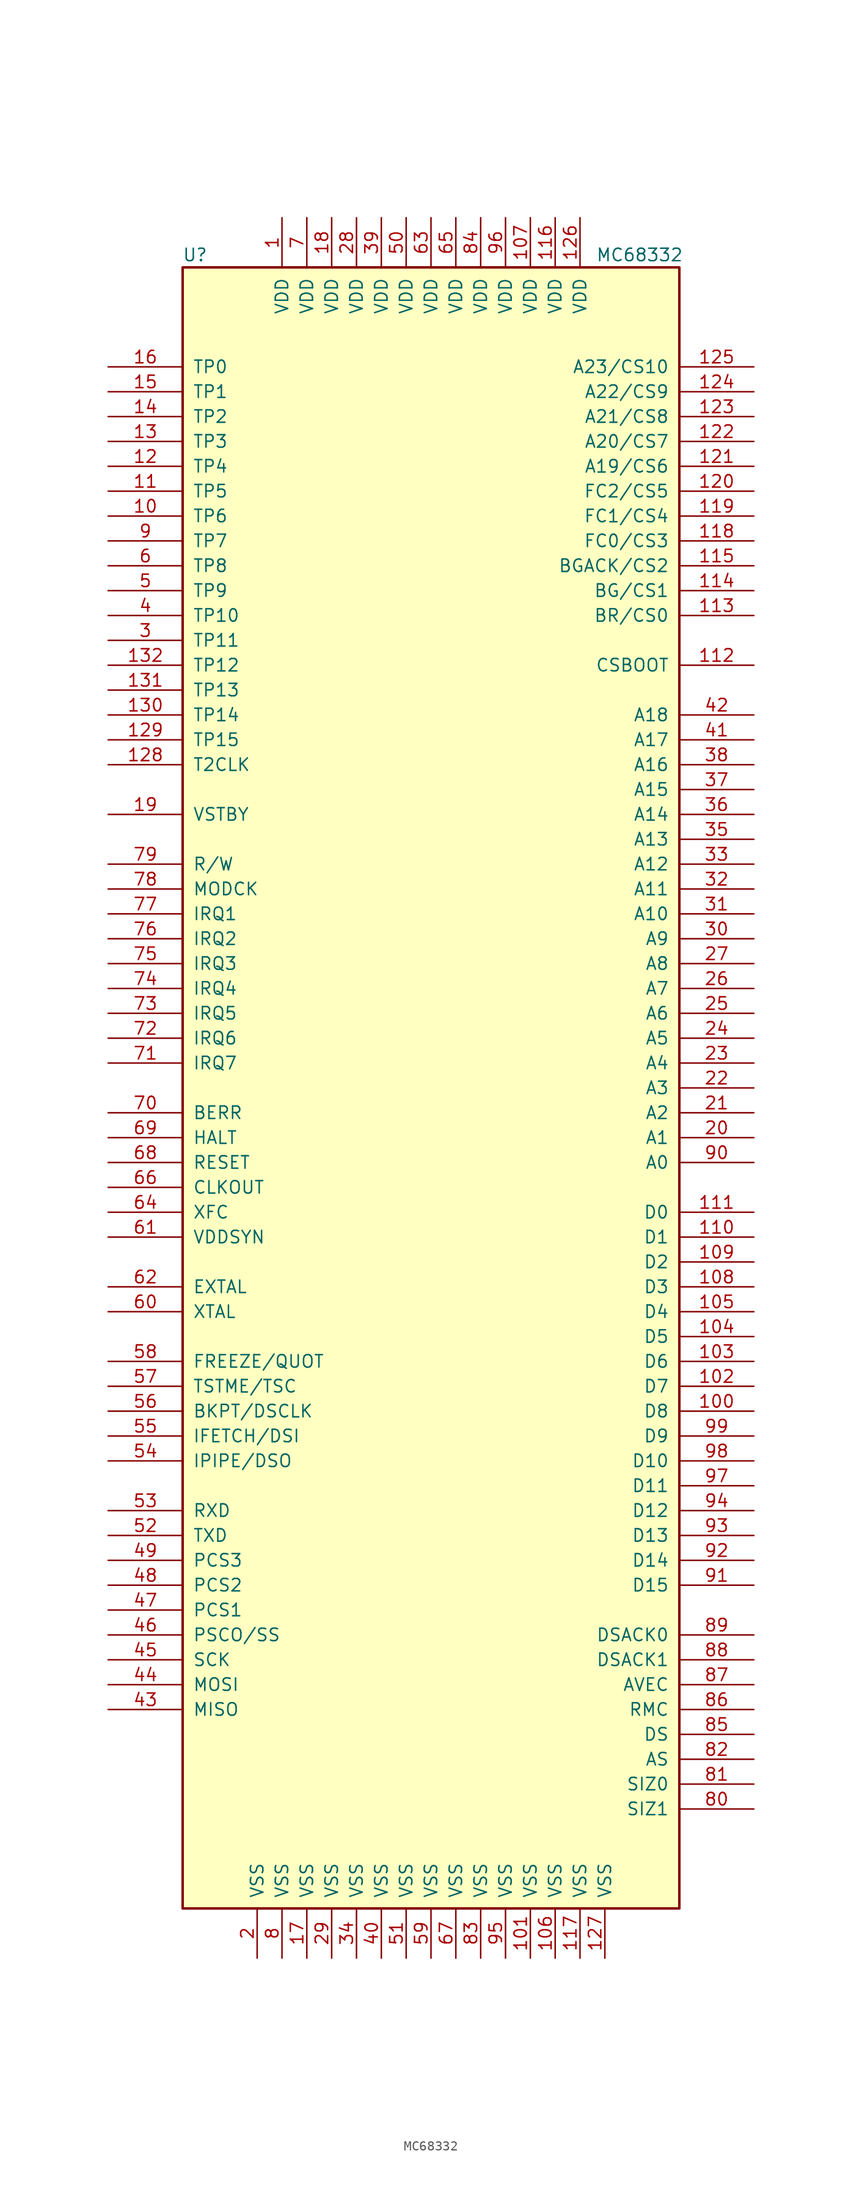
<source format=kicad_sym>
(kicad_symbol_lib
  (version 20201005)
  (generator kicad_symbol_editor)
  (symbol "CPU_NXP_68000:MC68332"
    (pin_names
      (offset 1.016))
    (property "Reference" "U"
      (at -24.13 85.09 0)
      (effects (font (size 1.27 1.27))))
    (property "Value" "MC68332"
      (at 21.336 85.09 0)
      (effects (font (size 1.27 1.27))))
    (symbol "MC68332_0_1"
      (rectangle (start -25.4 -83.82) (end 25.4 83.82) (stroke (width 0.254)) (fill (type background))))
    (symbol "MC68332_1_0"
      (pin power_in line (at -17.78 -88.9 90) (length 5.08) (name "VSS" (effects (font (size 1.27 1.27)))) (number "2" (effects (font (size 1.27 1.27))))))
    (symbol "MC68332_1_1"
      (pin power_in line (at -15.24 88.9 270) (length 5.08) (name "VDD" (effects (font (size 1.27 1.27)))) (number "1" (effects (font (size 1.27 1.27)))))
      (pin input line (at -33.02 58.42 0) (length 7.62) (name "TP6" (effects (font (size 1.27 1.27)))) (number "10" (effects (font (size 1.27 1.27)))))
      (pin input line (at 33.02 -33.02 180) (length 7.62) (name "D8" (effects (font (size 1.27 1.27)))) (number "100" (effects (font (size 1.27 1.27)))))
      (pin power_in line (at 10.16 -88.9 90) (length 5.08) (name "VSS" (effects (font (size 1.27 1.27)))) (number "101" (effects (font (size 1.27 1.27)))))
      (pin input line (at 33.02 -30.48 180) (length 7.62) (name "D7" (effects (font (size 1.27 1.27)))) (number "102" (effects (font (size 1.27 1.27)))))
      (pin input line (at 33.02 -27.94 180) (length 7.62) (name "D6" (effects (font (size 1.27 1.27)))) (number "103" (effects (font (size 1.27 1.27)))))
      (pin input line (at 33.02 -25.4 180) (length 7.62) (name "D5" (effects (font (size 1.27 1.27)))) (number "104" (effects (font (size 1.27 1.27)))))
      (pin input line (at 33.02 -22.86 180) (length 7.62) (name "D4" (effects (font (size 1.27 1.27)))) (number "105" (effects (font (size 1.27 1.27)))))
      (pin power_in line (at 12.7 -88.9 90) (length 5.08) (name "VSS" (effects (font (size 1.27 1.27)))) (number "106" (effects (font (size 1.27 1.27)))))
      (pin power_in line (at 10.16 88.9 270) (length 5.08) (name "VDD" (effects (font (size 1.27 1.27)))) (number "107" (effects (font (size 1.27 1.27)))))
      (pin input line (at 33.02 -20.32 180) (length 7.62) (name "D3" (effects (font (size 1.27 1.27)))) (number "108" (effects (font (size 1.27 1.27)))))
      (pin input line (at 33.02 -17.78 180) (length 7.62) (name "D2" (effects (font (size 1.27 1.27)))) (number "109" (effects (font (size 1.27 1.27)))))
      (pin input line (at -33.02 60.96 0) (length 7.62) (name "TP5" (effects (font (size 1.27 1.27)))) (number "11" (effects (font (size 1.27 1.27)))))
      (pin input line (at 33.02 -15.24 180) (length 7.62) (name "D1" (effects (font (size 1.27 1.27)))) (number "110" (effects (font (size 1.27 1.27)))))
      (pin input line (at 33.02 -12.7 180) (length 7.62) (name "D0" (effects (font (size 1.27 1.27)))) (number "111" (effects (font (size 1.27 1.27)))))
      (pin output line (at 33.02 43.18 180) (length 7.62) (name "CSBOOT" (effects (font (size 1.27 1.27)))) (number "112" (effects (font (size 1.27 1.27)))))
      (pin input line (at 33.02 48.26 180) (length 7.62) (name "BR/CS0" (effects (font (size 1.27 1.27)))) (number "113" (effects (font (size 1.27 1.27)))))
      (pin output line (at 33.02 50.8 180) (length 7.62) (name "BG/CS1" (effects (font (size 1.27 1.27)))) (number "114" (effects (font (size 1.27 1.27)))))
      (pin input line (at 33.02 53.34 180) (length 7.62) (name "BGACK/CS2" (effects (font (size 1.27 1.27)))) (number "115" (effects (font (size 1.27 1.27)))))
      (pin power_in line (at 12.7 88.9 270) (length 5.08) (name "VDD" (effects (font (size 1.27 1.27)))) (number "116" (effects (font (size 1.27 1.27)))))
      (pin power_in line (at 15.24 -88.9 90) (length 5.08) (name "VSS" (effects (font (size 1.27 1.27)))) (number "117" (effects (font (size 1.27 1.27)))))
      (pin output line (at 33.02 55.88 180) (length 7.62) (name "FC0/CS3" (effects (font (size 1.27 1.27)))) (number "118" (effects (font (size 1.27 1.27)))))
      (pin output line (at 33.02 58.42 180) (length 7.62) (name "FC1/CS4" (effects (font (size 1.27 1.27)))) (number "119" (effects (font (size 1.27 1.27)))))
      (pin input line (at -33.02 63.5 0) (length 7.62) (name "TP4" (effects (font (size 1.27 1.27)))) (number "12" (effects (font (size 1.27 1.27)))))
      (pin output line (at 33.02 60.96 180) (length 7.62) (name "FC2/CS5" (effects (font (size 1.27 1.27)))) (number "120" (effects (font (size 1.27 1.27)))))
      (pin output line (at 33.02 63.5 180) (length 7.62) (name "A19/CS6" (effects (font (size 1.27 1.27)))) (number "121" (effects (font (size 1.27 1.27)))))
      (pin output line (at 33.02 66.04 180) (length 7.62) (name "A20/CS7" (effects (font (size 1.27 1.27)))) (number "122" (effects (font (size 1.27 1.27)))))
      (pin output line (at 33.02 68.58 180) (length 7.62) (name "A21/CS8" (effects (font (size 1.27 1.27)))) (number "123" (effects (font (size 1.27 1.27)))))
      (pin output line (at 33.02 71.12 180) (length 7.62) (name "A22/CS9" (effects (font (size 1.27 1.27)))) (number "124" (effects (font (size 1.27 1.27)))))
      (pin output line (at 33.02 73.66 180) (length 7.62) (name "A23/CS10" (effects (font (size 1.27 1.27)))) (number "125" (effects (font (size 1.27 1.27)))))
      (pin power_in line (at 15.24 88.9 270) (length 5.08) (name "VDD" (effects (font (size 1.27 1.27)))) (number "126" (effects (font (size 1.27 1.27)))))
      (pin power_in line (at 17.78 -88.9 90) (length 5.08) (name "VSS" (effects (font (size 1.27 1.27)))) (number "127" (effects (font (size 1.27 1.27)))))
      (pin input line (at -33.02 33.02 0) (length 7.62) (name "T2CLK" (effects (font (size 1.27 1.27)))) (number "128" (effects (font (size 1.27 1.27)))))
      (pin input line (at -33.02 35.56 0) (length 7.62) (name "TP15" (effects (font (size 1.27 1.27)))) (number "129" (effects (font (size 1.27 1.27)))))
      (pin input line (at -33.02 66.04 0) (length 7.62) (name "TP3" (effects (font (size 1.27 1.27)))) (number "13" (effects (font (size 1.27 1.27)))))
      (pin input line (at -33.02 38.1 0) (length 7.62) (name "TP14" (effects (font (size 1.27 1.27)))) (number "130" (effects (font (size 1.27 1.27)))))
      (pin input line (at -33.02 40.64 0) (length 7.62) (name "TP13" (effects (font (size 1.27 1.27)))) (number "131" (effects (font (size 1.27 1.27)))))
      (pin input line (at -33.02 43.18 0) (length 7.62) (name "TP12" (effects (font (size 1.27 1.27)))) (number "132" (effects (font (size 1.27 1.27)))))
      (pin input line (at -33.02 68.58 0) (length 7.62) (name "TP2" (effects (font (size 1.27 1.27)))) (number "14" (effects (font (size 1.27 1.27)))))
      (pin input line (at -33.02 71.12 0) (length 7.62) (name "TP1" (effects (font (size 1.27 1.27)))) (number "15" (effects (font (size 1.27 1.27)))))
      (pin input line (at -33.02 73.66 0) (length 7.62) (name "TP0" (effects (font (size 1.27 1.27)))) (number "16" (effects (font (size 1.27 1.27)))))
      (pin power_in line (at -12.7 -88.9 90) (length 5.08) (name "VSS" (effects (font (size 1.27 1.27)))) (number "17" (effects (font (size 1.27 1.27)))))
      (pin power_in line (at -10.16 88.9 270) (length 5.08) (name "VDD" (effects (font (size 1.27 1.27)))) (number "18" (effects (font (size 1.27 1.27)))))
      (pin input line (at -33.02 27.94 0) (length 7.62) (name "VSTBY" (effects (font (size 1.27 1.27)))) (number "19" (effects (font (size 1.27 1.27)))))
      (pin output line (at 33.02 -5.08 180) (length 7.62) (name "A1" (effects (font (size 1.27 1.27)))) (number "20" (effects (font (size 1.27 1.27)))))
      (pin output line (at 33.02 -2.54 180) (length 7.62) (name "A2" (effects (font (size 1.27 1.27)))) (number "21" (effects (font (size 1.27 1.27)))))
      (pin output line (at 33.02 0 180) (length 7.62) (name "A3" (effects (font (size 1.27 1.27)))) (number "22" (effects (font (size 1.27 1.27)))))
      (pin output line (at 33.02 2.54 180) (length 7.62) (name "A4" (effects (font (size 1.27 1.27)))) (number "23" (effects (font (size 1.27 1.27)))))
      (pin output line (at 33.02 5.08 180) (length 7.62) (name "A5" (effects (font (size 1.27 1.27)))) (number "24" (effects (font (size 1.27 1.27)))))
      (pin output line (at 33.02 7.62 180) (length 7.62) (name "A6" (effects (font (size 1.27 1.27)))) (number "25" (effects (font (size 1.27 1.27)))))
      (pin output line (at 33.02 10.16 180) (length 7.62) (name "A7" (effects (font (size 1.27 1.27)))) (number "26" (effects (font (size 1.27 1.27)))))
      (pin output line (at 33.02 12.7 180) (length 7.62) (name "A8" (effects (font (size 1.27 1.27)))) (number "27" (effects (font (size 1.27 1.27)))))
      (pin power_in line (at -7.62 88.9 270) (length 5.08) (name "VDD" (effects (font (size 1.27 1.27)))) (number "28" (effects (font (size 1.27 1.27)))))
      (pin power_in line (at -10.16 -88.9 90) (length 5.08) (name "VSS" (effects (font (size 1.27 1.27)))) (number "29" (effects (font (size 1.27 1.27)))))
      (pin input line (at -33.02 45.72 0) (length 7.62) (name "TP11" (effects (font (size 1.27 1.27)))) (number "3" (effects (font (size 1.27 1.27)))))
      (pin output line (at 33.02 15.24 180) (length 7.62) (name "A9" (effects (font (size 1.27 1.27)))) (number "30" (effects (font (size 1.27 1.27)))))
      (pin output line (at 33.02 17.78 180) (length 7.62) (name "A10" (effects (font (size 1.27 1.27)))) (number "31" (effects (font (size 1.27 1.27)))))
      (pin output line (at 33.02 20.32 180) (length 7.62) (name "A11" (effects (font (size 1.27 1.27)))) (number "32" (effects (font (size 1.27 1.27)))))
      (pin output line (at 33.02 22.86 180) (length 7.62) (name "A12" (effects (font (size 1.27 1.27)))) (number "33" (effects (font (size 1.27 1.27)))))
      (pin power_in line (at -7.62 -88.9 90) (length 5.08) (name "VSS" (effects (font (size 1.27 1.27)))) (number "34" (effects (font (size 1.27 1.27)))))
      (pin output line (at 33.02 25.4 180) (length 7.62) (name "A13" (effects (font (size 1.27 1.27)))) (number "35" (effects (font (size 1.27 1.27)))))
      (pin output line (at 33.02 27.94 180) (length 7.62) (name "A14" (effects (font (size 1.27 1.27)))) (number "36" (effects (font (size 1.27 1.27)))))
      (pin output line (at 33.02 30.48 180) (length 7.62) (name "A15" (effects (font (size 1.27 1.27)))) (number "37" (effects (font (size 1.27 1.27)))))
      (pin output line (at 33.02 33.02 180) (length 7.62) (name "A16" (effects (font (size 1.27 1.27)))) (number "38" (effects (font (size 1.27 1.27)))))
      (pin power_in line (at -5.08 88.9 270) (length 5.08) (name "VDD" (effects (font (size 1.27 1.27)))) (number "39" (effects (font (size 1.27 1.27)))))
      (pin input line (at -33.02 48.26 0) (length 7.62) (name "TP10" (effects (font (size 1.27 1.27)))) (number "4" (effects (font (size 1.27 1.27)))))
      (pin power_in line (at -5.08 -88.9 90) (length 5.08) (name "VSS" (effects (font (size 1.27 1.27)))) (number "40" (effects (font (size 1.27 1.27)))))
      (pin output line (at 33.02 35.56 180) (length 7.62) (name "A17" (effects (font (size 1.27 1.27)))) (number "41" (effects (font (size 1.27 1.27)))))
      (pin output line (at 33.02 38.1 180) (length 7.62) (name "A18" (effects (font (size 1.27 1.27)))) (number "42" (effects (font (size 1.27 1.27)))))
      (pin input line (at -33.02 -63.5 0) (length 7.62) (name "MISO" (effects (font (size 1.27 1.27)))) (number "43" (effects (font (size 1.27 1.27)))))
      (pin input line (at -33.02 -60.96 0) (length 7.62) (name "MOSI" (effects (font (size 1.27 1.27)))) (number "44" (effects (font (size 1.27 1.27)))))
      (pin input line (at -33.02 -58.42 0) (length 7.62) (name "SCK" (effects (font (size 1.27 1.27)))) (number "45" (effects (font (size 1.27 1.27)))))
      (pin input line (at -33.02 -55.88 0) (length 7.62) (name "PSCO/SS" (effects (font (size 1.27 1.27)))) (number "46" (effects (font (size 1.27 1.27)))))
      (pin input line (at -33.02 -53.34 0) (length 7.62) (name "PCS1" (effects (font (size 1.27 1.27)))) (number "47" (effects (font (size 1.27 1.27)))))
      (pin input line (at -33.02 -50.8 0) (length 7.62) (name "PCS2" (effects (font (size 1.27 1.27)))) (number "48" (effects (font (size 1.27 1.27)))))
      (pin input line (at -33.02 -48.26 0) (length 7.62) (name "PCS3" (effects (font (size 1.27 1.27)))) (number "49" (effects (font (size 1.27 1.27)))))
      (pin input line (at -33.02 50.8 0) (length 7.62) (name "TP9" (effects (font (size 1.27 1.27)))) (number "5" (effects (font (size 1.27 1.27)))))
      (pin power_in line (at -2.54 88.9 270) (length 5.08) (name "VDD" (effects (font (size 1.27 1.27)))) (number "50" (effects (font (size 1.27 1.27)))))
      (pin power_in line (at -2.54 -88.9 90) (length 5.08) (name "VSS" (effects (font (size 1.27 1.27)))) (number "51" (effects (font (size 1.27 1.27)))))
      (pin input line (at -33.02 -45.72 0) (length 7.62) (name "TXD" (effects (font (size 1.27 1.27)))) (number "52" (effects (font (size 1.27 1.27)))))
      (pin input line (at -33.02 -43.18 0) (length 7.62) (name "RXD" (effects (font (size 1.27 1.27)))) (number "53" (effects (font (size 1.27 1.27)))))
      (pin output line (at -33.02 -38.1 0) (length 7.62) (name "IPIPE/DSO" (effects (font (size 1.27 1.27)))) (number "54" (effects (font (size 1.27 1.27)))))
      (pin input line (at -33.02 -35.56 0) (length 7.62) (name "IFETCH/DSI" (effects (font (size 1.27 1.27)))) (number "55" (effects (font (size 1.27 1.27)))))
      (pin input line (at -33.02 -33.02 0) (length 7.62) (name "BKPT/DSCLK" (effects (font (size 1.27 1.27)))) (number "56" (effects (font (size 1.27 1.27)))))
      (pin input line (at -33.02 -30.48 0) (length 7.62) (name "TSTME/TSC" (effects (font (size 1.27 1.27)))) (number "57" (effects (font (size 1.27 1.27)))))
      (pin output line (at -33.02 -27.94 0) (length 7.62) (name "FREEZE/QUOT" (effects (font (size 1.27 1.27)))) (number "58" (effects (font (size 1.27 1.27)))))
      (pin power_in line (at 0 -88.9 90) (length 5.08) (name "VSS" (effects (font (size 1.27 1.27)))) (number "59" (effects (font (size 1.27 1.27)))))
      (pin input line (at -33.02 53.34 0) (length 7.62) (name "TP8" (effects (font (size 1.27 1.27)))) (number "6" (effects (font (size 1.27 1.27)))))
      (pin output line (at -33.02 -22.86 0) (length 7.62) (name "XTAL" (effects (font (size 1.27 1.27)))) (number "60" (effects (font (size 1.27 1.27)))))
      (pin input line (at -33.02 -15.24 0) (length 7.62) (name "VDDSYN" (effects (font (size 1.27 1.27)))) (number "61" (effects (font (size 1.27 1.27)))))
      (pin input line (at -33.02 -20.32 0) (length 7.62) (name "EXTAL" (effects (font (size 1.27 1.27)))) (number "62" (effects (font (size 1.27 1.27)))))
      (pin power_in line (at 0 88.9 270) (length 5.08) (name "VDD" (effects (font (size 1.27 1.27)))) (number "63" (effects (font (size 1.27 1.27)))))
      (pin input line (at -33.02 -12.7 0) (length 7.62) (name "XFC" (effects (font (size 1.27 1.27)))) (number "64" (effects (font (size 1.27 1.27)))))
      (pin power_in line (at 2.54 88.9 270) (length 5.08) (name "VDD" (effects (font (size 1.27 1.27)))) (number "65" (effects (font (size 1.27 1.27)))))
      (pin output line (at -33.02 -10.16 0) (length 7.62) (name "CLKOUT" (effects (font (size 1.27 1.27)))) (number "66" (effects (font (size 1.27 1.27)))))
      (pin power_in line (at 2.54 -88.9 90) (length 5.08) (name "VSS" (effects (font (size 1.27 1.27)))) (number "67" (effects (font (size 1.27 1.27)))))
      (pin input line (at -33.02 -7.62 0) (length 7.62) (name "RESET" (effects (font (size 1.27 1.27)))) (number "68" (effects (font (size 1.27 1.27)))))
      (pin input line (at -33.02 -5.08 0) (length 7.62) (name "HALT" (effects (font (size 1.27 1.27)))) (number "69" (effects (font (size 1.27 1.27)))))
      (pin power_in line (at -12.7 88.9 270) (length 5.08) (name "VDD" (effects (font (size 1.27 1.27)))) (number "7" (effects (font (size 1.27 1.27)))))
      (pin input line (at -33.02 -2.54 0) (length 7.62) (name "BERR" (effects (font (size 1.27 1.27)))) (number "70" (effects (font (size 1.27 1.27)))))
      (pin input line (at -33.02 2.54 0) (length 7.62) (name "IRQ7" (effects (font (size 1.27 1.27)))) (number "71" (effects (font (size 1.27 1.27)))))
      (pin input line (at -33.02 5.08 0) (length 7.62) (name "IRQ6" (effects (font (size 1.27 1.27)))) (number "72" (effects (font (size 1.27 1.27)))))
      (pin input line (at -33.02 7.62 0) (length 7.62) (name "IRQ5" (effects (font (size 1.27 1.27)))) (number "73" (effects (font (size 1.27 1.27)))))
      (pin input line (at -33.02 10.16 0) (length 7.62) (name "IRQ4" (effects (font (size 1.27 1.27)))) (number "74" (effects (font (size 1.27 1.27)))))
      (pin input line (at -33.02 12.7 0) (length 7.62) (name "IRQ3" (effects (font (size 1.27 1.27)))) (number "75" (effects (font (size 1.27 1.27)))))
      (pin input line (at -33.02 15.24 0) (length 7.62) (name "IRQ2" (effects (font (size 1.27 1.27)))) (number "76" (effects (font (size 1.27 1.27)))))
      (pin input line (at -33.02 17.78 0) (length 7.62) (name "IRQ1" (effects (font (size 1.27 1.27)))) (number "77" (effects (font (size 1.27 1.27)))))
      (pin input line (at -33.02 20.32 0) (length 7.62) (name "MODCK" (effects (font (size 1.27 1.27)))) (number "78" (effects (font (size 1.27 1.27)))))
      (pin input line (at -33.02 22.86 0) (length 7.62) (name "R/W" (effects (font (size 1.27 1.27)))) (number "79" (effects (font (size 1.27 1.27)))))
      (pin power_in line (at -15.24 -88.9 90) (length 5.08) (name "VSS" (effects (font (size 1.27 1.27)))) (number "8" (effects (font (size 1.27 1.27)))))
      (pin input line (at 33.02 -73.66 180) (length 7.62) (name "SIZ1" (effects (font (size 1.27 1.27)))) (number "80" (effects (font (size 1.27 1.27)))))
      (pin input line (at 33.02 -71.12 180) (length 7.62) (name "SIZ0" (effects (font (size 1.27 1.27)))) (number "81" (effects (font (size 1.27 1.27)))))
      (pin input line (at 33.02 -68.58 180) (length 7.62) (name "AS" (effects (font (size 1.27 1.27)))) (number "82" (effects (font (size 1.27 1.27)))))
      (pin power_in line (at 5.08 -88.9 90) (length 5.08) (name "VSS" (effects (font (size 1.27 1.27)))) (number "83" (effects (font (size 1.27 1.27)))))
      (pin power_in line (at 5.08 88.9 270) (length 5.08) (name "VDD" (effects (font (size 1.27 1.27)))) (number "84" (effects (font (size 1.27 1.27)))))
      (pin input line (at 33.02 -66.04 180) (length 7.62) (name "DS" (effects (font (size 1.27 1.27)))) (number "85" (effects (font (size 1.27 1.27)))))
      (pin input line (at 33.02 -63.5 180) (length 7.62) (name "RMC" (effects (font (size 1.27 1.27)))) (number "86" (effects (font (size 1.27 1.27)))))
      (pin input line (at 33.02 -60.96 180) (length 7.62) (name "AVEC" (effects (font (size 1.27 1.27)))) (number "87" (effects (font (size 1.27 1.27)))))
      (pin input line (at 33.02 -58.42 180) (length 7.62) (name "DSACK1" (effects (font (size 1.27 1.27)))) (number "88" (effects (font (size 1.27 1.27)))))
      (pin input line (at 33.02 -55.88 180) (length 7.62) (name "DSACK0" (effects (font (size 1.27 1.27)))) (number "89" (effects (font (size 1.27 1.27)))))
      (pin input line (at -33.02 55.88 0) (length 7.62) (name "TP7" (effects (font (size 1.27 1.27)))) (number "9" (effects (font (size 1.27 1.27)))))
      (pin output line (at 33.02 -7.62 180) (length 7.62) (name "A0" (effects (font (size 1.27 1.27)))) (number "90" (effects (font (size 1.27 1.27)))))
      (pin input line (at 33.02 -50.8 180) (length 7.62) (name "D15" (effects (font (size 1.27 1.27)))) (number "91" (effects (font (size 1.27 1.27)))))
      (pin input line (at 33.02 -48.26 180) (length 7.62) (name "D14" (effects (font (size 1.27 1.27)))) (number "92" (effects (font (size 1.27 1.27)))))
      (pin input line (at 33.02 -45.72 180) (length 7.62) (name "D13" (effects (font (size 1.27 1.27)))) (number "93" (effects (font (size 1.27 1.27)))))
      (pin input line (at 33.02 -43.18 180) (length 7.62) (name "D12" (effects (font (size 1.27 1.27)))) (number "94" (effects (font (size 1.27 1.27)))))
      (pin power_in line (at 7.62 -88.9 90) (length 5.08) (name "VSS" (effects (font (size 1.27 1.27)))) (number "95" (effects (font (size 1.27 1.27)))))
      (pin power_in line (at 7.62 88.9 270) (length 5.08) (name "VDD" (effects (font (size 1.27 1.27)))) (number "96" (effects (font (size 1.27 1.27)))))
      (pin input line (at 33.02 -40.64 180) (length 7.62) (name "D11" (effects (font (size 1.27 1.27)))) (number "97" (effects (font (size 1.27 1.27)))))
      (pin input line (at 33.02 -38.1 180) (length 7.62) (name "D10" (effects (font (size 1.27 1.27)))) (number "98" (effects (font (size 1.27 1.27)))))
      (pin input line (at 33.02 -35.56 180) (length 7.62) (name "D9" (effects (font (size 1.27 1.27)))) (number "99" (effects (font (size 1.27 1.27))))))))
</source>
